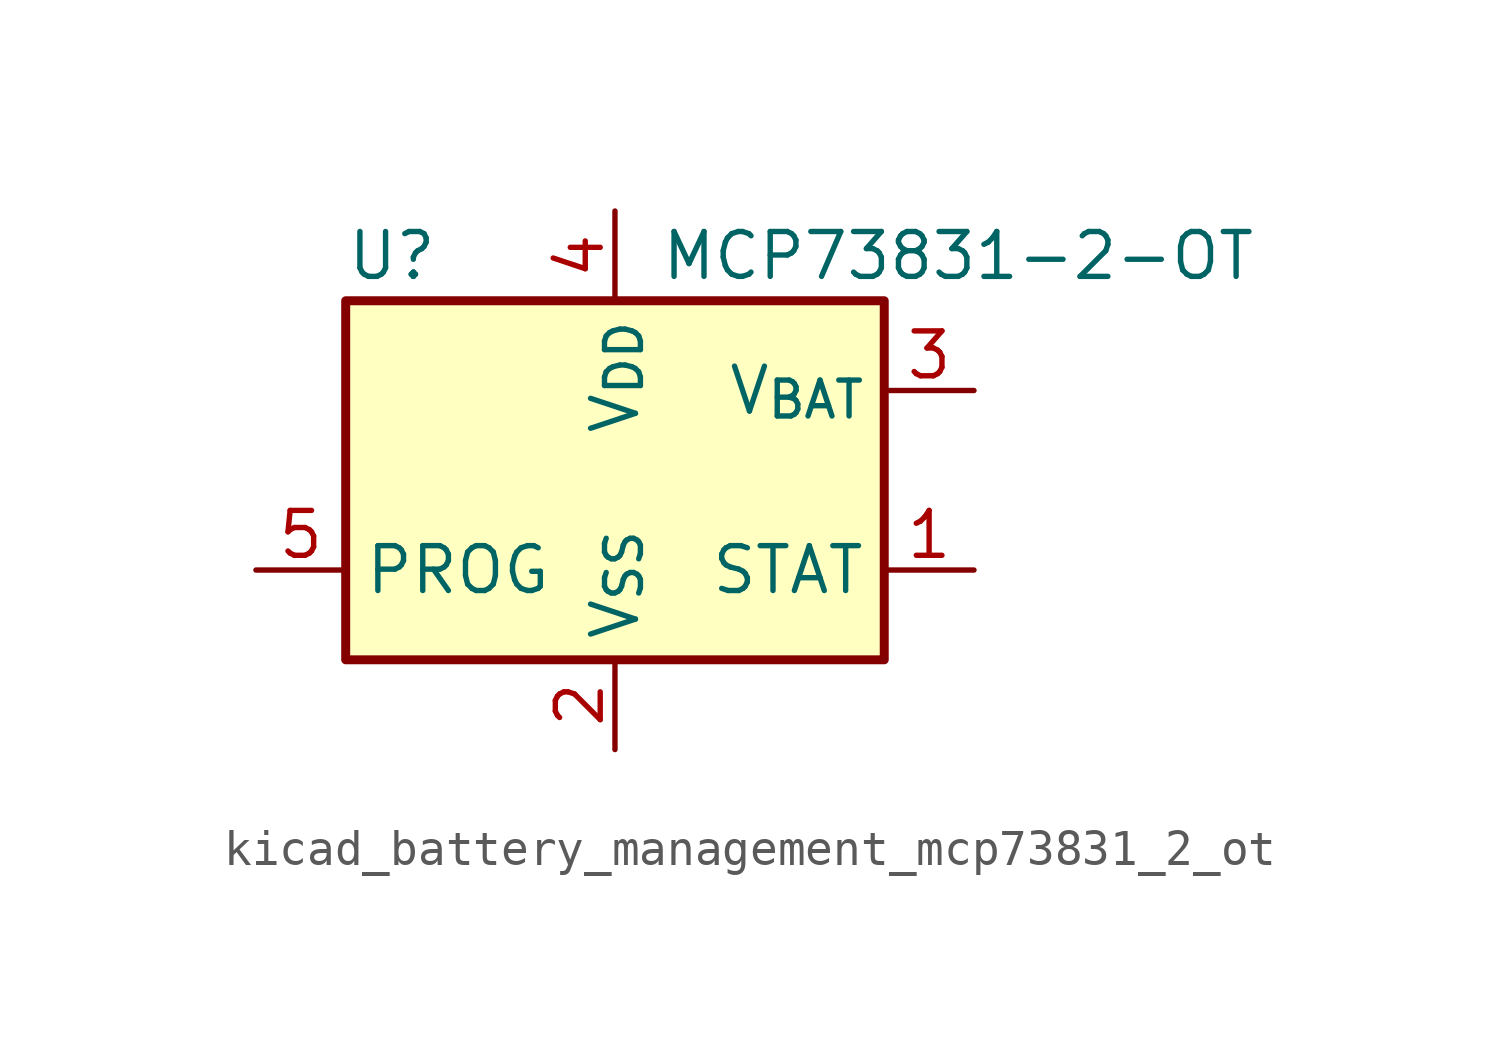
<source format=kicad_sym>
(kicad_symbol_lib
  (version 20220914)
  (generator kicad_symbol_editor)
  (symbol "kicad_battery_management_mcp73831_2_ot"
    (property "Reference" "U"
      (at -7.62 6.35 0)
      (effects (font (size 1.27 1.27)) (justify left)))
    (property "Value" "MCP73831-2-OT"
      (at 1.27 6.35 0)
      (effects (font (size 1.27 1.27)) (justify left)))
    (symbol "kicad_battery_management_mcp73831_2_ot_0_1"
      (rectangle (start -7.62 5.08) (end 7.62 -5.08) (stroke (width 0.254) (type default)) (fill (type background))))
    (symbol "kicad_battery_management_mcp73831_2_ot_1_1"
      (pin output line (at 10.16 -2.54 180) (length 2.54) (name "STAT" (effects (font (size 1.27 1.27)))) (number "1" (effects (font (size 1.27 1.27)))))
      (pin power_in line (at 0 -7.62 90) (length 2.54) (name "V_{SS}" (effects (font (size 1.27 1.27)))) (number "2" (effects (font (size 1.27 1.27)))))
      (pin power_out line (at 10.16 2.54 180) (length 2.54) (name "V_{BAT}" (effects (font (size 1.27 1.27)))) (number "3" (effects (font (size 1.27 1.27)))))
      (pin power_in line (at 0 7.62 270) (length 2.54) (name "V_{DD}" (effects (font (size 1.27 1.27)))) (number "4" (effects (font (size 1.27 1.27)))))
      (pin input line (at -10.16 -2.54 0) (length 2.54) (name "PROG" (effects (font (size 1.27 1.27)))) (number "5" (effects (font (size 1.27 1.27))))))))
</source>
